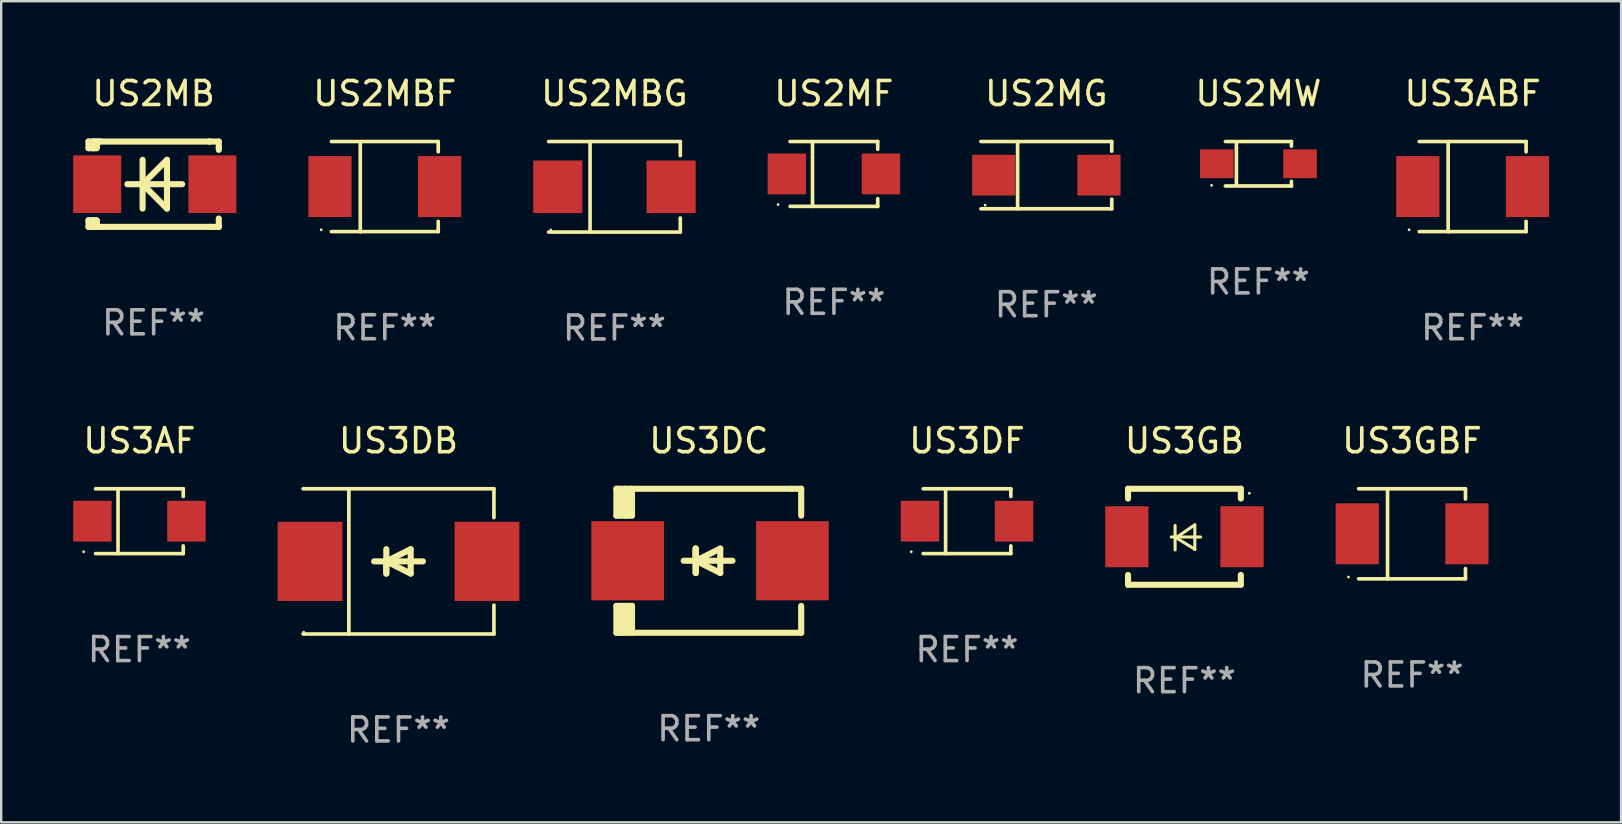
<source format=kicad_pcb>
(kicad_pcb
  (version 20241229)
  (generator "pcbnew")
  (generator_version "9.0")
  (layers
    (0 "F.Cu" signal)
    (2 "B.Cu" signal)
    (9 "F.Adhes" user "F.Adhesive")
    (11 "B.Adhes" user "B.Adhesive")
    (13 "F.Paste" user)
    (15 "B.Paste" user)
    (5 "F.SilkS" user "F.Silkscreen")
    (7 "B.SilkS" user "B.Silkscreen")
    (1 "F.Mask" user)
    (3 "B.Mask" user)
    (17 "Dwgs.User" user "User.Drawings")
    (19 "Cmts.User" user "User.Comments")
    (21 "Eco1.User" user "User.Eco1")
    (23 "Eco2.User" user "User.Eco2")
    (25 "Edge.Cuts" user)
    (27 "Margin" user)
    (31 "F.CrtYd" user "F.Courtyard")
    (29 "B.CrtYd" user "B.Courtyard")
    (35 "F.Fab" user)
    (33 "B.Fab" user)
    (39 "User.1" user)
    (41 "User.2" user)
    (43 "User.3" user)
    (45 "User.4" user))
  (footprint "US3ABF"
    (layer "F.Cu")
    (at 58.317 4.728)
    (property "Reference" "US3ABF" (at 0 -3.88 0) (layer "F.SilkS") (effects (font (size 1 1) (thickness 0.15))))
    (attr through_hole)
    (fp_line (start -2.226 -1.88) (end 2.226 -1.88) (stroke (width 0.152) (type solid)) (layer "F.SilkS"))
    (fp_line (start -2.226 1.873) (end 2.226 1.873) (stroke (width 0.152) (type solid)) (layer "F.SilkS"))
    (fp_line (start -1.022 -1.873) (end -1.022 1.88) (stroke (width 0.152) (type solid)) (layer "F.SilkS"))
    (fp_line (start 2.226 -1.88) (end 2.226 -1.453) (stroke (width 0.152) (type solid)) (layer "F.SilkS"))
    (fp_line (start 2.226 1.447) (end 2.226 1.873) (stroke (width 0.152) (type solid)) (layer "F.SilkS"))
    (fp_circle (center -2.65 1.797) (end -2.62 1.797) (stroke (width 0.06) (type solid)) (fill no) (layer "F.SilkS"))
    (fp_text user "REF**" (at 0 5.88 0) (layer "F.Fab") (effects (font (size 1 1) (thickness 0.15))))
    (pad "1" smd rect (at -2.285 -0.003) (size 1.8 2.54) (layers "F.Cu" "F.Mask" "F.Paste"))
    (pad "2" smd rect (at 2.285 -0.003) (size 1.8 2.54) (layers "F.Cu" "F.Mask" "F.Paste")))
  (footprint "US3DC"
    (layer "F.Cu")
    (at 26.486 20.317)
    (property "Reference" "US3DC" (at 0 -5 0) (layer "F.SilkS") (effects (font (size 1 1) (thickness 0.15))))
    (attr through_hole)
    (fp_line (start -3.85 -1.881) (end -3.85 -3) (stroke (width 0.254) (type solid)) (layer "F.SilkS"))
    (fp_line (start -3.85 1.881) (end -3.2 1.881) (stroke (width 0.254) (type solid)) (layer "F.SilkS"))
    (fp_line (start -3.85 3) (end -3.85 1.881) (stroke (width 0.254) (type solid)) (layer "F.SilkS"))
    (fp_line (start -3.719 -1.881) (end -3.719 -3) (stroke (width 0.254) (type solid)) (layer "F.SilkS"))
    (fp_line (start -3.719 3) (end -3.719 1.881) (stroke (width 0.254) (type solid)) (layer "F.SilkS"))
    (fp_line (start -3.5 -3) (end -3.5 -1.881) (stroke (width 0.254) (type solid)) (layer "F.SilkS"))
    (fp_line (start -3.5 1.881) (end -3.5 2.944) (stroke (width 0.254) (type solid)) (layer "F.SilkS"))
    (fp_line (start -3.5 2.944) (end -3.556 3) (stroke (width 0.254) (type solid)) (layer "F.SilkS"))
    (fp_line (start -3.388 -2.906) (end -3.295 -3) (stroke (width 0.254) (type solid)) (layer "F.SilkS"))
    (fp_line (start -3.388 -1.881) (end -3.388 -2.906) (stroke (width 0.254) (type solid)) (layer "F.SilkS"))
    (fp_line (start -3.388 3) (end -3.388 1.881) (stroke (width 0.254) (type solid)) (layer "F.SilkS"))
    (fp_line (start -3.2 -3) (end -3.2 -1.881) (stroke (width 0.254) (type solid)) (layer "F.SilkS"))
    (fp_line (start -3.2 -1.881) (end -3.85 -1.881) (stroke (width 0.254) (type solid)) (layer "F.SilkS"))
    (fp_line (start -3.2 1.881) (end -3.2 3) (stroke (width 0.254) (type solid)) (layer "F.SilkS"))
    (fp_line (start -0.55 -0.508) (end -0.55 0.508) (stroke (width 0.254) (type solid)) (layer "F.SilkS"))
    (fp_line (start -0.55 0) (end -0.55 -0.508) (stroke (width 0.254) (type solid)) (layer "F.SilkS"))
    (fp_line (start -0.538 0) (end -0.538 0.508) (stroke (width 0.254) (type solid)) (layer "F.SilkS"))
    (fp_line (start -0.538 0) (end 0.478 0.508) (stroke (width 0.254) (type solid)) (layer "F.SilkS"))
    (fp_line (start -0.538 0.508) (end -0.538 -0.508) (stroke (width 0.254) (type solid)) (layer "F.SilkS"))
    (fp_line (start 0.478 -0.508) (end -0.538 0) (stroke (width 0.254) (type solid)) (layer "F.SilkS"))
    (fp_line (start 0.478 0.508) (end 0.478 -0.508) (stroke (width 0.254) (type solid)) (layer "F.SilkS"))
    (fp_line (start 0.986 0) (end -1.046 0) (stroke (width 0.254) (type solid)) (layer "F.SilkS"))
    (fp_line (start 3.45 -3) (end -3.85 -3) (stroke (width 0.254) (type solid)) (layer "F.SilkS"))
    (fp_line (start 3.45 -3) (end 3.85 -3) (stroke (width 0.254) (type solid)) (layer "F.SilkS"))
    (fp_line (start 3.85 -3) (end 3.85 -1.881) (stroke (width 0.254) (type solid)) (layer "F.SilkS"))
    (fp_line (start 3.85 1.881) (end 3.85 3) (stroke (width 0.254) (type solid)) (layer "F.SilkS"))
    (fp_line (start 3.85 3) (end -3.85 3) (stroke (width 0.254) (type solid)) (layer "F.SilkS"))
    (fp_circle (center -3.847 2.95) (end -3.817 2.95) (stroke (width 0.06) (type solid)) (fill no) (layer "F.SilkS"))
    (fp_text user "REF**" (at 0 7 0) (layer "F.Fab") (effects (font (size 1 1) (thickness 0.15))))
    (pad "1" smd rect (at -3.379 0) (size 3.03 3.3) (layers "F.Cu" "F.Mask" "F.Paste"))
    (pad "2" smd rect (at 3.485 0) (size 3.03 3.3) (layers "F.Cu" "F.Mask" "F.Paste")))
  (footprint "US2MF"
    (layer "F.Cu")
    (at 31.699 4.199)
    (property "Reference" "US2MF" (at 0 -3.351 0) (layer "F.SilkS") (effects (font (size 1 1) (thickness 0.15))))
    (attr through_hole)
    (fp_line (start -1.826 -1.351) (end 1.826 -1.351) (stroke (width 0.152) (type solid)) (layer "F.SilkS"))
    (fp_line (start -1.826 1.351) (end 1.826 1.351) (stroke (width 0.152) (type solid)) (layer "F.SilkS"))
    (fp_line (start -0.892 -1.351) (end -0.892 1.351) (stroke (width 0.152) (type solid)) (layer "F.SilkS"))
    (fp_line (start 1.826 -1.351) (end 1.826 -1.03) (stroke (width 0.152) (type solid)) (layer "F.SilkS"))
    (fp_line (start 1.826 1.03) (end 1.826 1.351) (stroke (width 0.152) (type solid)) (layer "F.SilkS"))
    (fp_circle (center -2.325 1.275) (end -2.295 1.275) (stroke (width 0.06) (type solid)) (fill no) (layer "F.SilkS"))
    (fp_text user "REF**" (at 0 5.351 0) (layer "F.Fab") (effects (font (size 1 1) (thickness 0.15))))
    (pad "1" smd rect (at -1.96 0 180) (size 1.6 1.7) (layers "F.Cu" "F.Mask" "F.Paste"))
    (pad "2" smd rect (at 1.96 0 180) (size 1.6 1.7) (layers "F.Cu" "F.Mask" "F.Paste")))
  (footprint "US2MW"
    (layer "F.Cu")
    (at 49.388 3.774)
    (property "Reference" "US2MW" (at 0 -2.926 0) (layer "F.SilkS") (effects (font (size 1 1) (thickness 0.15))))
    (attr through_hole)
    (fp_line (start -1.376 -0.926) (end 1.376 -0.926) (stroke (width 0.152) (type solid)) (layer "F.SilkS"))
    (fp_line (start -1.376 0.926) (end 1.376 0.926) (stroke (width 0.152) (type solid)) (layer "F.SilkS"))
    (fp_line (start -0.917 -0.876) (end -0.917 0.876) (stroke (width 0.152) (type solid)) (layer "F.SilkS"))
    (fp_line (start 1.376 -0.926) (end 1.376 -0.733) (stroke (width 0.152) (type solid)) (layer "F.SilkS"))
    (fp_line (start 1.376 0.926) (end 1.376 0.733) (stroke (width 0.152) (type solid)) (layer "F.SilkS"))
    (fp_circle (center -1.95 0.9) (end -1.92 0.9) (stroke (width 0.06) (type solid)) (fill no) (layer "F.SilkS"))
    (fp_text user "REF**" (at 0 4.926 0) (layer "F.Fab") (effects (font (size 1 1) (thickness 0.15))))
    (pad "1" smd rect (at -1.735 0) (size 1.4 1.2) (layers "F.Cu" "F.Mask" "F.Paste"))
    (pad "2" smd rect (at 1.735 0) (size 1.4 1.2) (layers "F.Cu" "F.Mask" "F.Paste")))
  (footprint "US2MG"
    (layer "F.Cu")
    (at 40.551 4.249)
    (property "Reference" "US2MG" (at 0 -3.401 0) (layer "F.SilkS") (effects (font (size 1 1) (thickness 0.15))))
    (attr through_hole)
    (fp_line (start -2.726 -1.401) (end 2.726 -1.401) (stroke (width 0.152) (type solid)) (layer "F.SilkS"))
    (fp_line (start -2.726 1.401) (end 2.726 1.401) (stroke (width 0.152) (type solid)) (layer "F.SilkS"))
    (fp_line (start -1.197 -1.401) (end -1.197 1.401) (stroke (width 0.152) (type solid)) (layer "F.SilkS"))
    (fp_line (start 2.726 -1.401) (end 2.726 -1) (stroke (width 0.152) (type solid)) (layer "F.SilkS"))
    (fp_line (start 2.726 1.401) (end 2.726 1) (stroke (width 0.152) (type solid)) (layer "F.SilkS"))
    (fp_circle (center -2.55 1.25) (end -2.52 1.25) (stroke (width 0.06) (type solid)) (fill no) (layer "F.SilkS"))
    (fp_text user "REF**" (at 0 5.401 0) (layer "F.Fab") (effects (font (size 1 1) (thickness 0.15))))
    (pad "1" smd rect (at -2.192 0) (size 1.8 1.7) (layers "F.Cu" "F.Mask" "F.Paste"))
    (pad "2" smd rect (at 2.192 0) (size 1.8 1.7) (layers "F.Cu" "F.Mask" "F.Paste")))
  (footprint "US2MBG"
    (layer "F.Cu")
    (at 22.554 4.734)
    (property "Reference" "US2MBG" (at 0 -3.886 0) (layer "F.SilkS") (effects (font (size 1 1) (thickness 0.15))))
    (attr through_hole)
    (fp_line (start -2.744 -1.886) (end 2.744 -1.886) (stroke (width 0.152) (type solid)) (layer "F.SilkS"))
    (fp_line (start -2.744 1.886) (end 2.744 1.886) (stroke (width 0.152) (type solid)) (layer "F.SilkS"))
    (fp_line (start -1.016 -1.886) (end -1.016 1.886) (stroke (width 0.152) (type solid)) (layer "F.SilkS"))
    (fp_line (start 2.744 -1.886) (end 2.744 -1.299) (stroke (width 0.152) (type solid)) (layer "F.SilkS"))
    (fp_line (start 2.744 1.886) (end 2.744 1.299) (stroke (width 0.152) (type solid)) (layer "F.SilkS"))
    (fp_circle (center -2.65 1.8) (end -2.62 1.8) (stroke (width 0.06) (type solid)) (fill no) (layer "F.SilkS"))
    (fp_text user "REF**" (at 0 5.886 0) (layer "F.Fab") (effects (font (size 1 1) (thickness 0.15))))
    (pad "1" smd rect (at -2.361 0) (size 2.047 2.192) (layers "F.Cu" "F.Mask" "F.Paste"))
    (pad "2" smd rect (at 2.361 0) (size 2.047 2.192) (layers "F.Cu" "F.Mask" "F.Paste")))
  (footprint "US2MB"
    (layer "F.Cu")
    (at 3.352 4.626)
    (property "Reference" "US2MB" (at 0 -3.778 0) (layer "F.SilkS") (effects (font (size 1 1) (thickness 0.15))))
    (attr through_hole)
    (fp_line (start -2.715 -1.778) (end -2.715 -1.501) (stroke (width 0.254) (type solid)) (layer "F.SilkS"))
    (fp_line (start -2.715 -1.501) (end -2.505 -1.501) (stroke (width 0.254) (type solid)) (layer "F.SilkS"))
    (fp_line (start -2.715 1.501) (end -2.715 1.778) (stroke (width 0.254) (type solid)) (layer "F.SilkS"))
    (fp_line (start -2.715 1.501) (end -2.505 1.501) (stroke (width 0.254) (type solid)) (layer "F.SilkS"))
    (fp_line (start -2.715 1.778) (end -2.504 1.778) (stroke (width 0.254) (type solid)) (layer "F.SilkS"))
    (fp_line (start -2.505 -1.778) (end -2.715 -1.778) (stroke (width 0.254) (type solid)) (layer "F.SilkS"))
    (fp_line (start -2.505 -1.778) (end -2.238 -1.778) (stroke (width 0.254) (type solid)) (layer "F.SilkS"))
    (fp_line (start -2.505 -1.501) (end -2.505 -1.651) (stroke (width 0.254) (type solid)) (layer "F.SilkS"))
    (fp_line (start -2.505 -1.501) (end -2.388 -1.501) (stroke (width 0.254) (type solid)) (layer "F.SilkS"))
    (fp_line (start -2.505 1.501) (end -2.505 1.778) (stroke (width 0.254) (type solid)) (layer "F.SilkS"))
    (fp_line (start -2.505 1.501) (end -2.388 1.501) (stroke (width 0.254) (type solid)) (layer "F.SilkS"))
    (fp_line (start -2.388 1.501) (end -2.365 1.524) (stroke (width 0.254) (type solid)) (layer "F.SilkS"))
    (fp_line (start -2.388 -1.501) (end -2.365 -1.524) (stroke (width 0.254) (type solid)) (layer "F.SilkS"))
    (fp_line (start -2.365 -1.651) (end -2.505 -1.778) (stroke (width 0.254) (type solid)) (layer "F.SilkS"))
    (fp_line (start -2.365 -1.524) (end -2.365 -1.651) (stroke (width 0.254) (type solid)) (layer "F.SilkS"))
    (fp_line (start -2.365 1.524) (end -2.365 1.778) (stroke (width 0.254) (type solid)) (layer "F.SilkS"))
    (fp_line (start -2.239 -1.778) (end 2.333 -1.778) (stroke (width 0.254) (type solid)) (layer "F.SilkS"))
    (fp_line (start -2.238 -1.778) (end -2.505 -1.778) (stroke (width 0.254) (type solid)) (layer "F.SilkS"))
    (fp_line (start -1.095 0) (end 1.191 0) (stroke (width 0.254) (type solid)) (layer "F.SilkS"))
    (fp_line (start -0.46 -1.016) (end -0.46 1.016) (stroke (width 0.254) (type solid)) (layer "F.SilkS"))
    (fp_line (start -0.46 -0.000127) (end 0.556 1.016) (stroke (width 0.254) (type solid)) (layer "F.SilkS"))
    (fp_line (start 0.556 -1.016) (end 0.556 1.016) (stroke (width 0.254) (type solid)) (layer "F.SilkS"))
    (fp_line (start 0.556 -1.016) (end -0.46 -0.000127) (stroke (width 0.254) (type solid)) (layer "F.SilkS"))
    (fp_line (start 2.333 -1.778) (end 2.333 -1.778) (stroke (width 0.254) (type solid)) (layer "F.SilkS"))
    (fp_line (start 2.333 -1.778) (end 2.715 -1.778) (stroke (width 0.254) (type solid)) (layer "F.SilkS"))
    (fp_line (start 2.334 1.778) (end -2.504 1.778) (stroke (width 0.254) (type solid)) (layer "F.SilkS"))
    (fp_line (start 2.715 -1.778) (end 2.715 -1.524) (stroke (width 0.254) (type solid)) (layer "F.SilkS"))
    (fp_line (start 2.715 -1.524) (end 2.715 -1.431) (stroke (width 0.254) (type solid)) (layer "F.SilkS"))
    (fp_line (start 2.715 1.431) (end 2.715 1.778) (stroke (width 0.254) (type solid)) (layer "F.SilkS"))
    (fp_line (start 2.715 1.778) (end 2.334 1.778) (stroke (width 0.254) (type solid)) (layer "F.SilkS"))
    (fp_circle (center -2.602 1.8) (end -2.572 1.8) (stroke (width 0.06) (type solid)) (fill no) (layer "F.SilkS"))
    (fp_text user "REF**" (at 0 5.778 0) (layer "F.Fab") (effects (font (size 1 1) (thickness 0.15))))
    (pad "1" smd rect (at -2.352 -0.000076) (size 2 2.4) (layers "F.Cu" "F.Mask" "F.Paste"))
    (pad "2" smd rect (at 2.448 -0.000076) (size 2 2.4) (layers "F.Cu" "F.Mask" "F.Paste")))
  (footprint "US3DB"
    (layer "F.Cu")
    (at 13.556 20.343)
    (property "Reference" "US3DB" (at 0 -5.026 0) (layer "F.SilkS") (effects (font (size 1 1) (thickness 0.15))))
    (attr through_hole)
    (fp_line (start -3.976 -3.026) (end 3.976 -3.026) (stroke (width 0.152) (type solid)) (layer "F.SilkS"))
    (fp_line (start -3.976 3.026) (end 3.976 3.026) (stroke (width 0.152) (type solid)) (layer "F.SilkS"))
    (fp_line (start -2.069 -3.026) (end -2.069 3.026) (stroke (width 0.152) (type solid)) (layer "F.SilkS"))
    (fp_line (start -0.508 0) (end -0.508 0.508) (stroke (width 0.254) (type solid)) (layer "F.SilkS"))
    (fp_line (start -0.508 0) (end 0.508 0.508) (stroke (width 0.254) (type solid)) (layer "F.SilkS"))
    (fp_line (start -0.508 0.508) (end -0.508 -0.508) (stroke (width 0.254) (type solid)) (layer "F.SilkS"))
    (fp_line (start 0.508 -0.508) (end -0.508 0) (stroke (width 0.254) (type solid)) (layer "F.SilkS"))
    (fp_line (start 0.508 0.508) (end 0.508 -0.508) (stroke (width 0.254) (type solid)) (layer "F.SilkS"))
    (fp_line (start 1.016 0) (end -1.016 0) (stroke (width 0.254) (type solid)) (layer "F.SilkS"))
    (fp_line (start 3.976 -3.026) (end 3.976 -1.823) (stroke (width 0.152) (type solid)) (layer "F.SilkS"))
    (fp_line (start 3.976 3.026) (end 3.976 1.823) (stroke (width 0.152) (type solid)) (layer "F.SilkS"))
    (fp_circle (center -3.95 2.95) (end -3.92 2.95) (stroke (width 0.06) (type solid)) (fill no) (layer "F.SilkS"))
    (fp_text user "REF**" (at 0 7.026 0) (layer "F.Fab") (effects (font (size 1 1) (thickness 0.15))))
    (pad "1" smd rect (at -3.686 0) (size 2.7 3.3) (layers "F.Cu" "F.Mask" "F.Paste"))
    (pad "2" smd rect (at 3.686 0) (size 2.7 3.3) (layers "F.Cu" "F.Mask" "F.Paste")))
  (footprint "US2MBF"
    (layer "F.Cu")
    (at 12.985 4.728)
    (property "Reference" "US2MBF" (at 0 -3.88 0) (layer "F.SilkS") (effects (font (size 1 1) (thickness 0.15))))
    (attr through_hole)
    (fp_line (start -2.226 -1.88) (end 2.226 -1.88) (stroke (width 0.152) (type solid)) (layer "F.SilkS"))
    (fp_line (start -2.226 1.873) (end 2.226 1.873) (stroke (width 0.152) (type solid)) (layer "F.SilkS"))
    (fp_line (start -1.022 -1.873) (end -1.022 1.88) (stroke (width 0.152) (type solid)) (layer "F.SilkS"))
    (fp_line (start 2.226 -1.88) (end 2.226 -1.453) (stroke (width 0.152) (type solid)) (layer "F.SilkS"))
    (fp_line (start 2.226 1.447) (end 2.226 1.873) (stroke (width 0.152) (type solid)) (layer "F.SilkS"))
    (fp_circle (center -2.65 1.797) (end -2.62 1.797) (stroke (width 0.06) (type solid)) (fill no) (layer "F.SilkS"))
    (fp_text user "REF**" (at 0 5.88 0) (layer "F.Fab") (effects (font (size 1 1) (thickness 0.15))))
    (pad "1" smd rect (at -2.285 -0.003) (size 1.8 2.54) (layers "F.Cu" "F.Mask" "F.Paste"))
    (pad "2" smd rect (at 2.285 -0.003) (size 1.8 2.54) (layers "F.Cu" "F.Mask" "F.Paste")))
  (footprint "US3GB"
    (layer "F.Cu")
    (at 46.306 19.317)
    (property "Reference" "US3GB" (at 0 -4 0) (layer "F.SilkS") (effects (font (size 1 1) (thickness 0.15))))
    (attr through_hole)
    (fp_line (start -2.35 -2) (end -2.35 -1.591) (stroke (width 0.254) (type solid)) (layer "F.SilkS"))
    (fp_line (start -2.35 -2) (end 2.35 -2) (stroke (width 0.254) (type solid)) (layer "F.SilkS"))
    (fp_line (start -2.35 1.591) (end -2.35 2) (stroke (width 0.254) (type solid)) (layer "F.SilkS"))
    (fp_line (start -2.35 2) (end 2.35 2) (stroke (width 0.254) (type solid)) (layer "F.SilkS"))
    (fp_line (start -0.548 0.01) (end 0.671 0.01) (stroke (width 0.127) (type solid)) (layer "F.SilkS"))
    (fp_line (start -0.389 -0.47) (end -0.389 0.546) (stroke (width 0.127) (type solid)) (layer "F.SilkS"))
    (fp_line (start -0.35 0.04) (end 0.433 0.52) (stroke (width 0.127) (type solid)) (layer "F.SilkS"))
    (fp_line (start 0.433 -0.5) (end -0.35 0.04) (stroke (width 0.127) (type solid)) (layer "F.SilkS"))
    (fp_line (start 0.433 0.53) (end 0.433 -0.486) (stroke (width 0.127) (type solid)) (layer "F.SilkS"))
    (fp_line (start 2.35 -2) (end 2.35 -1.591) (stroke (width 0.254) (type solid)) (layer "F.SilkS"))
    (fp_line (start 2.35 1.591) (end 2.35 2) (stroke (width 0.254) (type solid)) (layer "F.SilkS"))
    (fp_circle (center 2.704 -1.813) (end 2.734 -1.813) (stroke (width 0.06) (type solid)) (fill no) (layer "F.SilkS"))
    (fp_text user "REF**" (at 0 6 0) (layer "F.Fab") (effects (font (size 1 1) (thickness 0.15))))
    (pad "1" smd rect (at 2.4 0) (size 1.8 2.54) (layers "F.Cu" "F.Mask" "F.Paste"))
    (pad "2" smd rect (at -2.4 0) (size 1.8 2.54) (layers "F.Cu" "F.Mask" "F.Paste")))
  (footprint "US3DF"
    (layer "F.Cu")
    (at 37.246 18.668)
    (property "Reference" "US3DF" (at 0 -3.351 0) (layer "F.SilkS") (effects (font (size 1 1) (thickness 0.15))))
    (attr through_hole)
    (fp_line (start -1.826 -1.351) (end 1.826 -1.351) (stroke (width 0.152) (type solid)) (layer "F.SilkS"))
    (fp_line (start -1.826 1.351) (end 1.826 1.351) (stroke (width 0.152) (type solid)) (layer "F.SilkS"))
    (fp_line (start -0.892 -1.351) (end -0.892 1.351) (stroke (width 0.152) (type solid)) (layer "F.SilkS"))
    (fp_line (start 1.826 -1.351) (end 1.826 -1.03) (stroke (width 0.152) (type solid)) (layer "F.SilkS"))
    (fp_line (start 1.826 1.03) (end 1.826 1.351) (stroke (width 0.152) (type solid)) (layer "F.SilkS"))
    (fp_circle (center -2.325 1.275) (end -2.295 1.275) (stroke (width 0.06) (type solid)) (fill no) (layer "F.SilkS"))
    (fp_text user "REF**" (at 0 5.351 0) (layer "F.Fab") (effects (font (size 1 1) (thickness 0.15))))
    (pad "1" smd rect (at -1.96 0 180) (size 1.6 1.7) (layers "F.Cu" "F.Mask" "F.Paste"))
    (pad "2" smd rect (at 1.96 0 180) (size 1.6 1.7) (layers "F.Cu" "F.Mask" "F.Paste")))
  (footprint "US3AF"
    (layer "F.Cu")
    (at 2.76 18.668)
    (property "Reference" "US3AF" (at 0 -3.351 0) (layer "F.SilkS") (effects (font (size 1 1) (thickness 0.15))))
    (attr through_hole)
    (fp_line (start -1.826 -1.351) (end 1.826 -1.351) (stroke (width 0.152) (type solid)) (layer "F.SilkS"))
    (fp_line (start -1.826 1.351) (end 1.826 1.351) (stroke (width 0.152) (type solid)) (layer "F.SilkS"))
    (fp_line (start -0.892 -1.351) (end -0.892 1.351) (stroke (width 0.152) (type solid)) (layer "F.SilkS"))
    (fp_line (start 1.826 -1.351) (end 1.826 -1.03) (stroke (width 0.152) (type solid)) (layer "F.SilkS"))
    (fp_line (start 1.826 1.03) (end 1.826 1.351) (stroke (width 0.152) (type solid)) (layer "F.SilkS"))
    (fp_circle (center -2.325 1.275) (end -2.295 1.275) (stroke (width 0.06) (type solid)) (fill no) (layer "F.SilkS"))
    (fp_text user "REF**" (at 0 5.351 0) (layer "F.Fab") (effects (font (size 1 1) (thickness 0.15))))
    (pad "1" smd rect (at -1.96 0 180) (size 1.6 1.7) (layers "F.Cu" "F.Mask" "F.Paste"))
    (pad "2" smd rect (at 1.96 0 180) (size 1.6 1.7) (layers "F.Cu" "F.Mask" "F.Paste")))
  (footprint "US3GBF"
    (layer "F.Cu")
    (at 55.791 19.197)
    (property "Reference" "US3GBF" (at 0 -3.88 0) (layer "F.SilkS") (effects (font (size 1 1) (thickness 0.15))))
    (attr through_hole)
    (fp_line (start -2.226 -1.88) (end 2.226 -1.88) (stroke (width 0.152) (type solid)) (layer "F.SilkS"))
    (fp_line (start -2.226 1.873) (end 2.226 1.873) (stroke (width 0.152) (type solid)) (layer "F.SilkS"))
    (fp_line (start -1.022 -1.873) (end -1.022 1.88) (stroke (width 0.152) (type solid)) (layer "F.SilkS"))
    (fp_line (start 2.226 -1.88) (end 2.226 -1.453) (stroke (width 0.152) (type solid)) (layer "F.SilkS"))
    (fp_line (start 2.226 1.447) (end 2.226 1.873) (stroke (width 0.152) (type solid)) (layer "F.SilkS"))
    (fp_circle (center -2.65 1.797) (end -2.62 1.797) (stroke (width 0.06) (type solid)) (fill no) (layer "F.SilkS"))
    (fp_text user "REF**" (at 0 5.88 0) (layer "F.Fab") (effects (font (size 1 1) (thickness 0.15))))
    (pad "1" smd rect (at -2.285 -0.003) (size 1.8 2.54) (layers "F.Cu" "F.Mask" "F.Paste"))
    (pad "2" smd rect (at 2.285 -0.003) (size 1.8 2.54) (layers "F.Cu" "F.Mask" "F.Paste")))
  (gr_rect
    (start -3 -3)
    (end 64.502 31.218)
    (stroke (width 0.1) (type default))
    (fill no)
    (layer "Edge.Cuts")))
</source>
